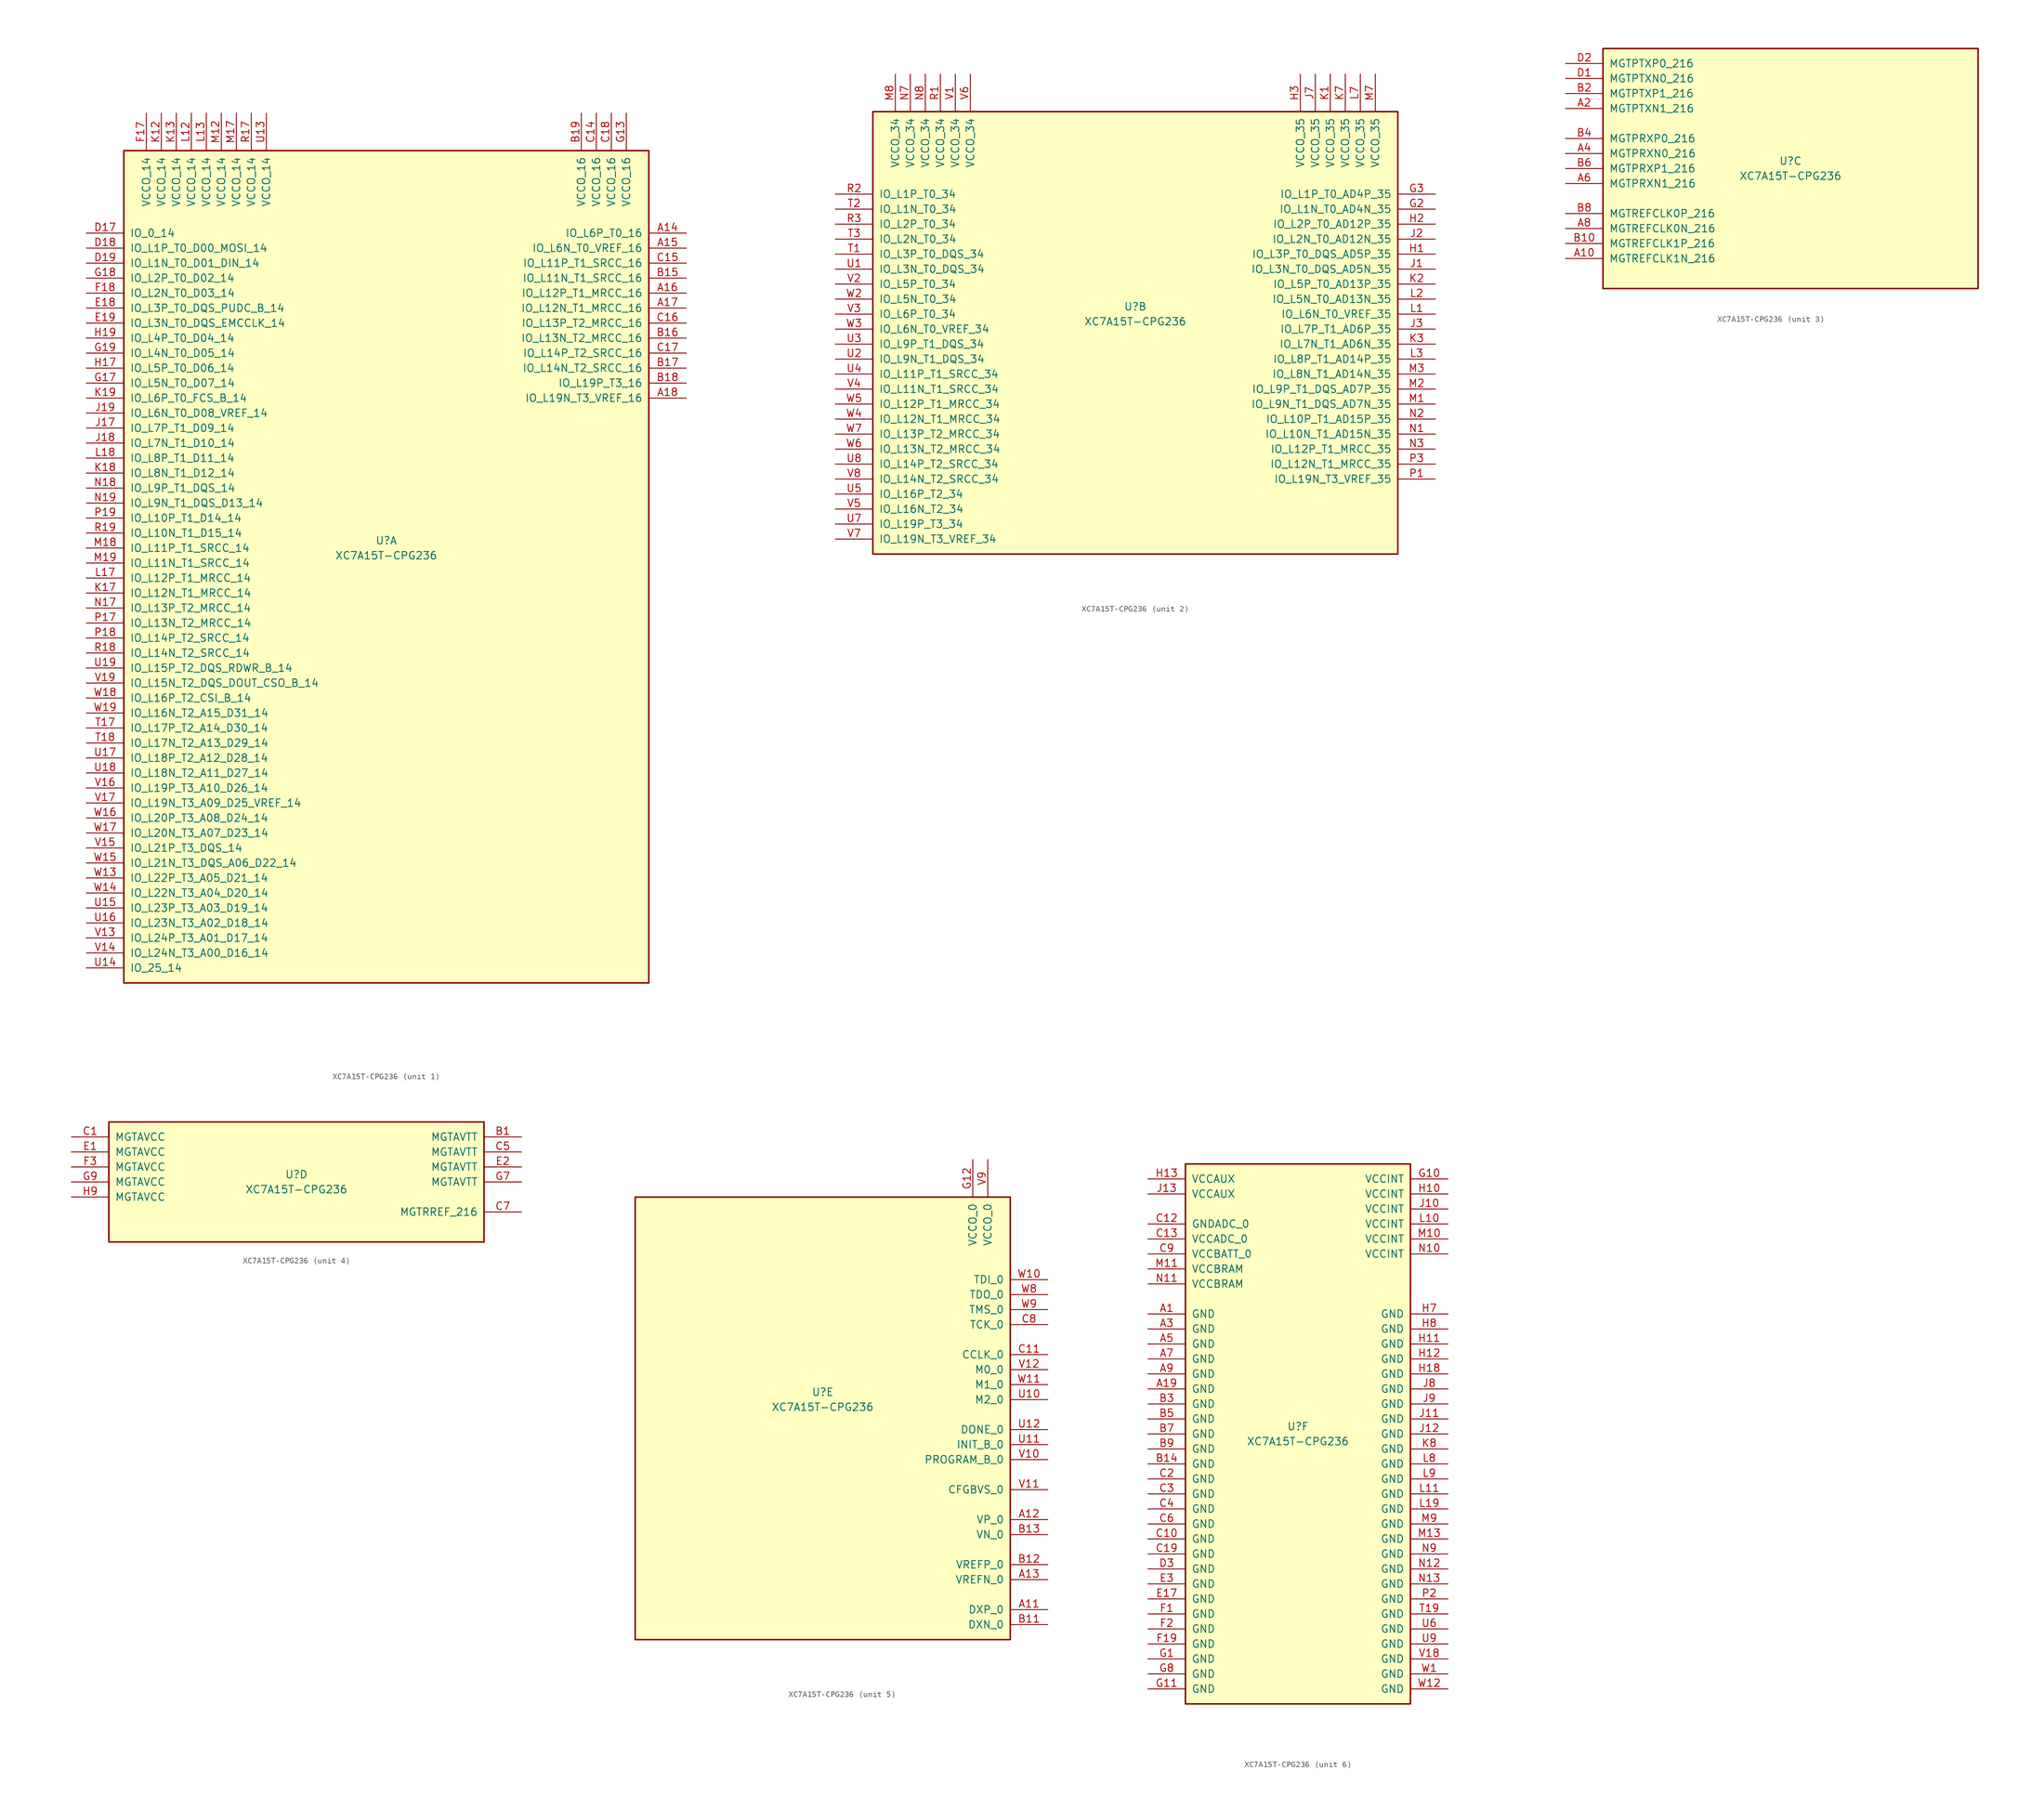
<source format=kicad_sym>
(kicad_symbol_lib
  (version 20201005)
  (generator kicad_symbol_editor)
  (symbol "XC7A15T-CPG236"
    (pin_names
      (offset 1.016))
    (property "Reference" "U"
      (at 0 1.27 0)
      (effects (font (size 1.27 1.27))))
    (property "Value" "XC7A15T-CPG236"
      (at 0 -1.27 0)
      (effects (font (size 1.27 1.27))))
    (property "Datasheet" ""
      (at 0 0 0)
      (effects (font (size 1.27 1.27))))
    (property "ki_locked" ""
      (at 0 0 0)
      (effects (font (size 1.27 1.27))))
    (symbol "XC7A15T-CPG236_1_1"
      (rectangle (start -44.45 67.31) (end 44.45 -73.66) (stroke (width 0.254)) (fill (type background)))
      (pin power_in line (at -40.64 73.66 270) (length 6.35) (name "VCCO_14" (effects (font (size 1.27 1.27)))) (number "F17" (effects (font (size 1.27 1.27)))))
      (pin power_in line (at -38.1 73.66 270) (length 6.35) (name "VCCO_14" (effects (font (size 1.27 1.27)))) (number "K12" (effects (font (size 1.27 1.27)))))
      (pin power_in line (at -35.56 73.66 270) (length 6.35) (name "VCCO_14" (effects (font (size 1.27 1.27)))) (number "K13" (effects (font (size 1.27 1.27)))))
      (pin power_in line (at -33.02 73.66 270) (length 6.35) (name "VCCO_14" (effects (font (size 1.27 1.27)))) (number "L12" (effects (font (size 1.27 1.27)))))
      (pin power_in line (at -30.48 73.66 270) (length 6.35) (name "VCCO_14" (effects (font (size 1.27 1.27)))) (number "L13" (effects (font (size 1.27 1.27)))))
      (pin power_in line (at -27.94 73.66 270) (length 6.35) (name "VCCO_14" (effects (font (size 1.27 1.27)))) (number "M12" (effects (font (size 1.27 1.27)))))
      (pin power_in line (at -25.4 73.66 270) (length 6.35) (name "VCCO_14" (effects (font (size 1.27 1.27)))) (number "M17" (effects (font (size 1.27 1.27)))))
      (pin power_in line (at -22.86 73.66 270) (length 6.35) (name "VCCO_14" (effects (font (size 1.27 1.27)))) (number "R17" (effects (font (size 1.27 1.27)))))
      (pin power_in line (at -20.32 73.66 270) (length 6.35) (name "VCCO_14" (effects (font (size 1.27 1.27)))) (number "U13" (effects (font (size 1.27 1.27)))))
      (pin bidirectional line (at -50.8 53.34 0) (length 6.35) (name "IO_0_14" (effects (font (size 1.27 1.27)))) (number "D17" (effects (font (size 1.27 1.27)))))
      (pin bidirectional line (at -50.8 50.8 0) (length 6.35) (name "IO_L1P_T0_D00_MOSI_14" (effects (font (size 1.27 1.27)))) (number "D18" (effects (font (size 1.27 1.27)))))
      (pin bidirectional line (at -50.8 48.26 0) (length 6.35) (name "IO_L1N_T0_D01_DIN_14" (effects (font (size 1.27 1.27)))) (number "D19" (effects (font (size 1.27 1.27)))))
      (pin bidirectional line (at -50.8 45.72 0) (length 6.35) (name "IO_L2P_T0_D02_14" (effects (font (size 1.27 1.27)))) (number "G18" (effects (font (size 1.27 1.27)))))
      (pin bidirectional line (at -50.8 43.18 0) (length 6.35) (name "IO_L2N_T0_D03_14" (effects (font (size 1.27 1.27)))) (number "F18" (effects (font (size 1.27 1.27)))))
      (pin bidirectional line (at -50.8 40.64 0) (length 6.35) (name "IO_L3P_T0_DQS_PUDC_B_14" (effects (font (size 1.27 1.27)))) (number "E18" (effects (font (size 1.27 1.27)))))
      (pin bidirectional line (at -50.8 38.1 0) (length 6.35) (name "IO_L3N_T0_DQS_EMCCLK_14" (effects (font (size 1.27 1.27)))) (number "E19" (effects (font (size 1.27 1.27)))))
      (pin bidirectional line (at -50.8 35.56 0) (length 6.35) (name "IO_L4P_T0_D04_14" (effects (font (size 1.27 1.27)))) (number "H19" (effects (font (size 1.27 1.27)))))
      (pin bidirectional line (at -50.8 33.02 0) (length 6.35) (name "IO_L4N_T0_D05_14" (effects (font (size 1.27 1.27)))) (number "G19" (effects (font (size 1.27 1.27)))))
      (pin bidirectional line (at -50.8 30.48 0) (length 6.35) (name "IO_L5P_T0_D06_14" (effects (font (size 1.27 1.27)))) (number "H17" (effects (font (size 1.27 1.27)))))
      (pin bidirectional line (at -50.8 27.94 0) (length 6.35) (name "IO_L5N_T0_D07_14" (effects (font (size 1.27 1.27)))) (number "G17" (effects (font (size 1.27 1.27)))))
      (pin bidirectional line (at -50.8 25.4 0) (length 6.35) (name "IO_L6P_T0_FCS_B_14" (effects (font (size 1.27 1.27)))) (number "K19" (effects (font (size 1.27 1.27)))))
      (pin bidirectional line (at -50.8 22.86 0) (length 6.35) (name "IO_L6N_T0_D08_VREF_14" (effects (font (size 1.27 1.27)))) (number "J19" (effects (font (size 1.27 1.27)))))
      (pin bidirectional line (at -50.8 20.32 0) (length 6.35) (name "IO_L7P_T1_D09_14" (effects (font (size 1.27 1.27)))) (number "J17" (effects (font (size 1.27 1.27)))))
      (pin bidirectional line (at -50.8 17.78 0) (length 6.35) (name "IO_L7N_T1_D10_14" (effects (font (size 1.27 1.27)))) (number "J18" (effects (font (size 1.27 1.27)))))
      (pin bidirectional line (at -50.8 15.24 0) (length 6.35) (name "IO_L8P_T1_D11_14" (effects (font (size 1.27 1.27)))) (number "L18" (effects (font (size 1.27 1.27)))))
      (pin bidirectional line (at -50.8 12.7 0) (length 6.35) (name "IO_L8N_T1_D12_14" (effects (font (size 1.27 1.27)))) (number "K18" (effects (font (size 1.27 1.27)))))
      (pin bidirectional line (at -50.8 10.16 0) (length 6.35) (name "IO_L9P_T1_DQS_14" (effects (font (size 1.27 1.27)))) (number "N18" (effects (font (size 1.27 1.27)))))
      (pin bidirectional line (at -50.8 7.62 0) (length 6.35) (name "IO_L9N_T1_DQS_D13_14" (effects (font (size 1.27 1.27)))) (number "N19" (effects (font (size 1.27 1.27)))))
      (pin bidirectional line (at -50.8 5.08 0) (length 6.35) (name "IO_L10P_T1_D14_14" (effects (font (size 1.27 1.27)))) (number "P19" (effects (font (size 1.27 1.27)))))
      (pin bidirectional line (at -50.8 2.54 0) (length 6.35) (name "IO_L10N_T1_D15_14" (effects (font (size 1.27 1.27)))) (number "R19" (effects (font (size 1.27 1.27)))))
      (pin bidirectional line (at -50.8 0 0) (length 6.35) (name "IO_L11P_T1_SRCC_14" (effects (font (size 1.27 1.27)))) (number "M18" (effects (font (size 1.27 1.27)))))
      (pin bidirectional line (at -50.8 -2.54 0) (length 6.35) (name "IO_L11N_T1_SRCC_14" (effects (font (size 1.27 1.27)))) (number "M19" (effects (font (size 1.27 1.27)))))
      (pin bidirectional line (at -50.8 -5.08 0) (length 6.35) (name "IO_L12P_T1_MRCC_14" (effects (font (size 1.27 1.27)))) (number "L17" (effects (font (size 1.27 1.27)))))
      (pin bidirectional line (at -50.8 -7.62 0) (length 6.35) (name "IO_L12N_T1_MRCC_14" (effects (font (size 1.27 1.27)))) (number "K17" (effects (font (size 1.27 1.27)))))
      (pin bidirectional line (at -50.8 -10.16 0) (length 6.35) (name "IO_L13P_T2_MRCC_14" (effects (font (size 1.27 1.27)))) (number "N17" (effects (font (size 1.27 1.27)))))
      (pin bidirectional line (at -50.8 -12.7 0) (length 6.35) (name "IO_L13N_T2_MRCC_14" (effects (font (size 1.27 1.27)))) (number "P17" (effects (font (size 1.27 1.27)))))
      (pin bidirectional line (at -50.8 -15.24 0) (length 6.35) (name "IO_L14P_T2_SRCC_14" (effects (font (size 1.27 1.27)))) (number "P18" (effects (font (size 1.27 1.27)))))
      (pin bidirectional line (at -50.8 -17.78 0) (length 6.35) (name "IO_L14N_T2_SRCC_14" (effects (font (size 1.27 1.27)))) (number "R18" (effects (font (size 1.27 1.27)))))
      (pin bidirectional line (at -50.8 -20.32 0) (length 6.35) (name "IO_L15P_T2_DQS_RDWR_B_14" (effects (font (size 1.27 1.27)))) (number "U19" (effects (font (size 1.27 1.27)))))
      (pin bidirectional line (at -50.8 -22.86 0) (length 6.35) (name "IO_L15N_T2_DQS_DOUT_CSO_B_14" (effects (font (size 1.27 1.27)))) (number "V19" (effects (font (size 1.27 1.27)))))
      (pin bidirectional line (at -50.8 -25.4 0) (length 6.35) (name "IO_L16P_T2_CSI_B_14" (effects (font (size 1.27 1.27)))) (number "W18" (effects (font (size 1.27 1.27)))))
      (pin bidirectional line (at -50.8 -27.94 0) (length 6.35) (name "IO_L16N_T2_A15_D31_14" (effects (font (size 1.27 1.27)))) (number "W19" (effects (font (size 1.27 1.27)))))
      (pin bidirectional line (at -50.8 -30.48 0) (length 6.35) (name "IO_L17P_T2_A14_D30_14" (effects (font (size 1.27 1.27)))) (number "T17" (effects (font (size 1.27 1.27)))))
      (pin bidirectional line (at -50.8 -33.02 0) (length 6.35) (name "IO_L17N_T2_A13_D29_14" (effects (font (size 1.27 1.27)))) (number "T18" (effects (font (size 1.27 1.27)))))
      (pin bidirectional line (at -50.8 -35.56 0) (length 6.35) (name "IO_L18P_T2_A12_D28_14" (effects (font (size 1.27 1.27)))) (number "U17" (effects (font (size 1.27 1.27)))))
      (pin bidirectional line (at -50.8 -38.1 0) (length 6.35) (name "IO_L18N_T2_A11_D27_14" (effects (font (size 1.27 1.27)))) (number "U18" (effects (font (size 1.27 1.27)))))
      (pin bidirectional line (at -50.8 -40.64 0) (length 6.35) (name "IO_L19P_T3_A10_D26_14" (effects (font (size 1.27 1.27)))) (number "V16" (effects (font (size 1.27 1.27)))))
      (pin bidirectional line (at -50.8 -43.18 0) (length 6.35) (name "IO_L19N_T3_A09_D25_VREF_14" (effects (font (size 1.27 1.27)))) (number "V17" (effects (font (size 1.27 1.27)))))
      (pin bidirectional line (at -50.8 -45.72 0) (length 6.35) (name "IO_L20P_T3_A08_D24_14" (effects (font (size 1.27 1.27)))) (number "W16" (effects (font (size 1.27 1.27)))))
      (pin bidirectional line (at -50.8 -48.26 0) (length 6.35) (name "IO_L20N_T3_A07_D23_14" (effects (font (size 1.27 1.27)))) (number "W17" (effects (font (size 1.27 1.27)))))
      (pin bidirectional line (at -50.8 -50.8 0) (length 6.35) (name "IO_L21P_T3_DQS_14" (effects (font (size 1.27 1.27)))) (number "V15" (effects (font (size 1.27 1.27)))))
      (pin bidirectional line (at -50.8 -53.34 0) (length 6.35) (name "IO_L21N_T3_DQS_A06_D22_14" (effects (font (size 1.27 1.27)))) (number "W15" (effects (font (size 1.27 1.27)))))
      (pin bidirectional line (at -50.8 -55.88 0) (length 6.35) (name "IO_L22P_T3_A05_D21_14" (effects (font (size 1.27 1.27)))) (number "W13" (effects (font (size 1.27 1.27)))))
      (pin bidirectional line (at -50.8 -58.42 0) (length 6.35) (name "IO_L22N_T3_A04_D20_14" (effects (font (size 1.27 1.27)))) (number "W14" (effects (font (size 1.27 1.27)))))
      (pin bidirectional line (at -50.8 -60.96 0) (length 6.35) (name "IO_L23P_T3_A03_D19_14" (effects (font (size 1.27 1.27)))) (number "U15" (effects (font (size 1.27 1.27)))))
      (pin bidirectional line (at -50.8 -63.5 0) (length 6.35) (name "IO_L23N_T3_A02_D18_14" (effects (font (size 1.27 1.27)))) (number "U16" (effects (font (size 1.27 1.27)))))
      (pin bidirectional line (at -50.8 -66.04 0) (length 6.35) (name "IO_L24P_T3_A01_D17_14" (effects (font (size 1.27 1.27)))) (number "V13" (effects (font (size 1.27 1.27)))))
      (pin bidirectional line (at -50.8 -68.58 0) (length 6.35) (name "IO_L24N_T3_A00_D16_14" (effects (font (size 1.27 1.27)))) (number "V14" (effects (font (size 1.27 1.27)))))
      (pin bidirectional line (at -50.8 -71.12 0) (length 6.35) (name "IO_25_14" (effects (font (size 1.27 1.27)))) (number "U14" (effects (font (size 1.27 1.27)))))
      (pin power_in line (at 33.02 73.66 270) (length 6.35) (name "VCCO_16" (effects (font (size 1.27 1.27)))) (number "B19" (effects (font (size 1.27 1.27)))))
      (pin power_in line (at 35.56 73.66 270) (length 6.35) (name "VCCO_16" (effects (font (size 1.27 1.27)))) (number "C14" (effects (font (size 1.27 1.27)))))
      (pin power_in line (at 38.1 73.66 270) (length 6.35) (name "VCCO_16" (effects (font (size 1.27 1.27)))) (number "C18" (effects (font (size 1.27 1.27)))))
      (pin power_in line (at 40.64 73.66 270) (length 6.35) (name "VCCO_16" (effects (font (size 1.27 1.27)))) (number "G13" (effects (font (size 1.27 1.27)))))
      (pin bidirectional line (at 50.8 53.34 180) (length 6.35) (name "IO_L6P_T0_16" (effects (font (size 1.27 1.27)))) (number "A14" (effects (font (size 1.27 1.27)))))
      (pin bidirectional line (at 50.8 50.8 180) (length 6.35) (name "IO_L6N_T0_VREF_16" (effects (font (size 1.27 1.27)))) (number "A15" (effects (font (size 1.27 1.27)))))
      (pin bidirectional line (at 50.8 48.26 180) (length 6.35) (name "IO_L11P_T1_SRCC_16" (effects (font (size 1.27 1.27)))) (number "C15" (effects (font (size 1.27 1.27)))))
      (pin bidirectional line (at 50.8 45.72 180) (length 6.35) (name "IO_L11N_T1_SRCC_16" (effects (font (size 1.27 1.27)))) (number "B15" (effects (font (size 1.27 1.27)))))
      (pin bidirectional line (at 50.8 43.18 180) (length 6.35) (name "IO_L12P_T1_MRCC_16" (effects (font (size 1.27 1.27)))) (number "A16" (effects (font (size 1.27 1.27)))))
      (pin bidirectional line (at 50.8 40.64 180) (length 6.35) (name "IO_L12N_T1_MRCC_16" (effects (font (size 1.27 1.27)))) (number "A17" (effects (font (size 1.27 1.27)))))
      (pin bidirectional line (at 50.8 38.1 180) (length 6.35) (name "IO_L13P_T2_MRCC_16" (effects (font (size 1.27 1.27)))) (number "C16" (effects (font (size 1.27 1.27)))))
      (pin bidirectional line (at 50.8 35.56 180) (length 6.35) (name "IO_L13N_T2_MRCC_16" (effects (font (size 1.27 1.27)))) (number "B16" (effects (font (size 1.27 1.27)))))
      (pin bidirectional line (at 50.8 33.02 180) (length 6.35) (name "IO_L14P_T2_SRCC_16" (effects (font (size 1.27 1.27)))) (number "C17" (effects (font (size 1.27 1.27)))))
      (pin bidirectional line (at 50.8 30.48 180) (length 6.35) (name "IO_L14N_T2_SRCC_16" (effects (font (size 1.27 1.27)))) (number "B17" (effects (font (size 1.27 1.27)))))
      (pin bidirectional line (at 50.8 27.94 180) (length 6.35) (name "IO_L19P_T3_16" (effects (font (size 1.27 1.27)))) (number "B18" (effects (font (size 1.27 1.27)))))
      (pin bidirectional line (at 50.8 25.4 180) (length 6.35) (name "IO_L19N_T3_VREF_16" (effects (font (size 1.27 1.27)))) (number "A18" (effects (font (size 1.27 1.27))))))
    (symbol "XC7A15T-CPG236_2_1"
      (rectangle (start -44.45 34.29) (end 44.45 -40.64) (stroke (width 0.254)) (fill (type background)))
      (pin power_in line (at -40.64 40.64 270) (length 6.35) (name "VCCO_34" (effects (font (size 1.27 1.27)))) (number "M8" (effects (font (size 1.27 1.27)))))
      (pin power_in line (at -38.1 40.64 270) (length 6.35) (name "VCCO_34" (effects (font (size 1.27 1.27)))) (number "N7" (effects (font (size 1.27 1.27)))))
      (pin power_in line (at -35.56 40.64 270) (length 6.35) (name "VCCO_34" (effects (font (size 1.27 1.27)))) (number "N8" (effects (font (size 1.27 1.27)))))
      (pin power_in line (at -33.02 40.64 270) (length 6.35) (name "VCCO_34" (effects (font (size 1.27 1.27)))) (number "R1" (effects (font (size 1.27 1.27)))))
      (pin power_in line (at -30.48 40.64 270) (length 6.35) (name "VCCO_34" (effects (font (size 1.27 1.27)))) (number "V1" (effects (font (size 1.27 1.27)))))
      (pin power_in line (at -27.94 40.64 270) (length 6.35) (name "VCCO_34" (effects (font (size 1.27 1.27)))) (number "V6" (effects (font (size 1.27 1.27)))))
      (pin bidirectional line (at -50.8 20.32 0) (length 6.35) (name "IO_L1P_T0_34" (effects (font (size 1.27 1.27)))) (number "R2" (effects (font (size 1.27 1.27)))))
      (pin bidirectional line (at -50.8 17.78 0) (length 6.35) (name "IO_L1N_T0_34" (effects (font (size 1.27 1.27)))) (number "T2" (effects (font (size 1.27 1.27)))))
      (pin bidirectional line (at -50.8 15.24 0) (length 6.35) (name "IO_L2P_T0_34" (effects (font (size 1.27 1.27)))) (number "R3" (effects (font (size 1.27 1.27)))))
      (pin bidirectional line (at -50.8 12.7 0) (length 6.35) (name "IO_L2N_T0_34" (effects (font (size 1.27 1.27)))) (number "T3" (effects (font (size 1.27 1.27)))))
      (pin bidirectional line (at -50.8 10.16 0) (length 6.35) (name "IO_L3P_T0_DQS_34" (effects (font (size 1.27 1.27)))) (number "T1" (effects (font (size 1.27 1.27)))))
      (pin bidirectional line (at -50.8 7.62 0) (length 6.35) (name "IO_L3N_T0_DQS_34" (effects (font (size 1.27 1.27)))) (number "U1" (effects (font (size 1.27 1.27)))))
      (pin bidirectional line (at -50.8 5.08 0) (length 6.35) (name "IO_L5P_T0_34" (effects (font (size 1.27 1.27)))) (number "V2" (effects (font (size 1.27 1.27)))))
      (pin bidirectional line (at -50.8 2.54 0) (length 6.35) (name "IO_L5N_T0_34" (effects (font (size 1.27 1.27)))) (number "W2" (effects (font (size 1.27 1.27)))))
      (pin bidirectional line (at -50.8 0 0) (length 6.35) (name "IO_L6P_T0_34" (effects (font (size 1.27 1.27)))) (number "V3" (effects (font (size 1.27 1.27)))))
      (pin bidirectional line (at -50.8 -2.54 0) (length 6.35) (name "IO_L6N_T0_VREF_34" (effects (font (size 1.27 1.27)))) (number "W3" (effects (font (size 1.27 1.27)))))
      (pin bidirectional line (at -50.8 -5.08 0) (length 6.35) (name "IO_L9P_T1_DQS_34" (effects (font (size 1.27 1.27)))) (number "U3" (effects (font (size 1.27 1.27)))))
      (pin bidirectional line (at -50.8 -7.62 0) (length 6.35) (name "IO_L9N_T1_DQS_34" (effects (font (size 1.27 1.27)))) (number "U2" (effects (font (size 1.27 1.27)))))
      (pin bidirectional line (at -50.8 -10.16 0) (length 6.35) (name "IO_L11P_T1_SRCC_34" (effects (font (size 1.27 1.27)))) (number "U4" (effects (font (size 1.27 1.27)))))
      (pin bidirectional line (at -50.8 -12.7 0) (length 6.35) (name "IO_L11N_T1_SRCC_34" (effects (font (size 1.27 1.27)))) (number "V4" (effects (font (size 1.27 1.27)))))
      (pin bidirectional line (at -50.8 -15.24 0) (length 6.35) (name "IO_L12P_T1_MRCC_34" (effects (font (size 1.27 1.27)))) (number "W5" (effects (font (size 1.27 1.27)))))
      (pin bidirectional line (at -50.8 -17.78 0) (length 6.35) (name "IO_L12N_T1_MRCC_34" (effects (font (size 1.27 1.27)))) (number "W4" (effects (font (size 1.27 1.27)))))
      (pin bidirectional line (at -50.8 -20.32 0) (length 6.35) (name "IO_L13P_T2_MRCC_34" (effects (font (size 1.27 1.27)))) (number "W7" (effects (font (size 1.27 1.27)))))
      (pin bidirectional line (at -50.8 -22.86 0) (length 6.35) (name "IO_L13N_T2_MRCC_34" (effects (font (size 1.27 1.27)))) (number "W6" (effects (font (size 1.27 1.27)))))
      (pin bidirectional line (at -50.8 -25.4 0) (length 6.35) (name "IO_L14P_T2_SRCC_34" (effects (font (size 1.27 1.27)))) (number "U8" (effects (font (size 1.27 1.27)))))
      (pin bidirectional line (at -50.8 -27.94 0) (length 6.35) (name "IO_L14N_T2_SRCC_34" (effects (font (size 1.27 1.27)))) (number "V8" (effects (font (size 1.27 1.27)))))
      (pin bidirectional line (at -50.8 -30.48 0) (length 6.35) (name "IO_L16P_T2_34" (effects (font (size 1.27 1.27)))) (number "U5" (effects (font (size 1.27 1.27)))))
      (pin bidirectional line (at -50.8 -33.02 0) (length 6.35) (name "IO_L16N_T2_34" (effects (font (size 1.27 1.27)))) (number "V5" (effects (font (size 1.27 1.27)))))
      (pin bidirectional line (at -50.8 -35.56 0) (length 6.35) (name "IO_L19P_T3_34" (effects (font (size 1.27 1.27)))) (number "U7" (effects (font (size 1.27 1.27)))))
      (pin bidirectional line (at -50.8 -38.1 0) (length 6.35) (name "IO_L19N_T3_VREF_34" (effects (font (size 1.27 1.27)))) (number "V7" (effects (font (size 1.27 1.27)))))
      (pin power_in line (at 27.94 40.64 270) (length 6.35) (name "VCCO_35" (effects (font (size 1.27 1.27)))) (number "H3" (effects (font (size 1.27 1.27)))))
      (pin power_in line (at 30.48 40.64 270) (length 6.35) (name "VCCO_35" (effects (font (size 1.27 1.27)))) (number "J7" (effects (font (size 1.27 1.27)))))
      (pin power_in line (at 33.02 40.64 270) (length 6.35) (name "VCCO_35" (effects (font (size 1.27 1.27)))) (number "K1" (effects (font (size 1.27 1.27)))))
      (pin power_in line (at 35.56 40.64 270) (length 6.35) (name "VCCO_35" (effects (font (size 1.27 1.27)))) (number "K7" (effects (font (size 1.27 1.27)))))
      (pin power_in line (at 38.1 40.64 270) (length 6.35) (name "VCCO_35" (effects (font (size 1.27 1.27)))) (number "L7" (effects (font (size 1.27 1.27)))))
      (pin power_in line (at 40.64 40.64 270) (length 6.35) (name "VCCO_35" (effects (font (size 1.27 1.27)))) (number "M7" (effects (font (size 1.27 1.27)))))
      (pin bidirectional line (at 50.8 20.32 180) (length 6.35) (name "IO_L1P_T0_AD4P_35" (effects (font (size 1.27 1.27)))) (number "G3" (effects (font (size 1.27 1.27)))))
      (pin bidirectional line (at 50.8 17.78 180) (length 6.35) (name "IO_L1N_T0_AD4N_35" (effects (font (size 1.27 1.27)))) (number "G2" (effects (font (size 1.27 1.27)))))
      (pin bidirectional line (at 50.8 15.24 180) (length 6.35) (name "IO_L2P_T0_AD12P_35" (effects (font (size 1.27 1.27)))) (number "H2" (effects (font (size 1.27 1.27)))))
      (pin bidirectional line (at 50.8 12.7 180) (length 6.35) (name "IO_L2N_T0_AD12N_35" (effects (font (size 1.27 1.27)))) (number "J2" (effects (font (size 1.27 1.27)))))
      (pin bidirectional line (at 50.8 10.16 180) (length 6.35) (name "IO_L3P_T0_DQS_AD5P_35" (effects (font (size 1.27 1.27)))) (number "H1" (effects (font (size 1.27 1.27)))))
      (pin bidirectional line (at 50.8 7.62 180) (length 6.35) (name "IO_L3N_T0_DQS_AD5N_35" (effects (font (size 1.27 1.27)))) (number "J1" (effects (font (size 1.27 1.27)))))
      (pin bidirectional line (at 50.8 5.08 180) (length 6.35) (name "IO_L5P_T0_AD13P_35" (effects (font (size 1.27 1.27)))) (number "K2" (effects (font (size 1.27 1.27)))))
      (pin bidirectional line (at 50.8 2.54 180) (length 6.35) (name "IO_L5N_T0_AD13N_35" (effects (font (size 1.27 1.27)))) (number "L2" (effects (font (size 1.27 1.27)))))
      (pin bidirectional line (at 50.8 0 180) (length 6.35) (name "IO_L6N_T0_VREF_35" (effects (font (size 1.27 1.27)))) (number "L1" (effects (font (size 1.27 1.27)))))
      (pin bidirectional line (at 50.8 -2.54 180) (length 6.35) (name "IO_L7P_T1_AD6P_35" (effects (font (size 1.27 1.27)))) (number "J3" (effects (font (size 1.27 1.27)))))
      (pin bidirectional line (at 50.8 -5.08 180) (length 6.35) (name "IO_L7N_T1_AD6N_35" (effects (font (size 1.27 1.27)))) (number "K3" (effects (font (size 1.27 1.27)))))
      (pin bidirectional line (at 50.8 -7.62 180) (length 6.35) (name "IO_L8P_T1_AD14P_35" (effects (font (size 1.27 1.27)))) (number "L3" (effects (font (size 1.27 1.27)))))
      (pin bidirectional line (at 50.8 -10.16 180) (length 6.35) (name "IO_L8N_T1_AD14N_35" (effects (font (size 1.27 1.27)))) (number "M3" (effects (font (size 1.27 1.27)))))
      (pin bidirectional line (at 50.8 -12.7 180) (length 6.35) (name "IO_L9P_T1_DQS_AD7P_35" (effects (font (size 1.27 1.27)))) (number "M2" (effects (font (size 1.27 1.27)))))
      (pin bidirectional line (at 50.8 -15.24 180) (length 6.35) (name "IO_L9N_T1_DQS_AD7N_35" (effects (font (size 1.27 1.27)))) (number "M1" (effects (font (size 1.27 1.27)))))
      (pin bidirectional line (at 50.8 -17.78 180) (length 6.35) (name "IO_L10P_T1_AD15P_35" (effects (font (size 1.27 1.27)))) (number "N2" (effects (font (size 1.27 1.27)))))
      (pin bidirectional line (at 50.8 -20.32 180) (length 6.35) (name "IO_L10N_T1_AD15N_35" (effects (font (size 1.27 1.27)))) (number "N1" (effects (font (size 1.27 1.27)))))
      (pin bidirectional line (at 50.8 -22.86 180) (length 6.35) (name "IO_L12P_T1_MRCC_35" (effects (font (size 1.27 1.27)))) (number "N3" (effects (font (size 1.27 1.27)))))
      (pin bidirectional line (at 50.8 -25.4 180) (length 6.35) (name "IO_L12N_T1_MRCC_35" (effects (font (size 1.27 1.27)))) (number "P3" (effects (font (size 1.27 1.27)))))
      (pin bidirectional line (at 50.8 -27.94 180) (length 6.35) (name "IO_L19N_T3_VREF_35" (effects (font (size 1.27 1.27)))) (number "P1" (effects (font (size 1.27 1.27))))))
    (symbol "XC7A15T-CPG236_3_1"
      (rectangle (start -31.75 20.32) (end 31.75 -20.32) (stroke (width 0.254)) (fill (type background)))
      (pin bidirectional line (at -38.1 17.78 0) (length 6.35) (name "MGTPTXP0_216" (effects (font (size 1.27 1.27)))) (number "D2" (effects (font (size 1.27 1.27)))))
      (pin bidirectional line (at -38.1 15.24 0) (length 6.35) (name "MGTPTXN0_216" (effects (font (size 1.27 1.27)))) (number "D1" (effects (font (size 1.27 1.27)))))
      (pin bidirectional line (at -38.1 12.7 0) (length 6.35) (name "MGTPTXP1_216" (effects (font (size 1.27 1.27)))) (number "B2" (effects (font (size 1.27 1.27)))))
      (pin bidirectional line (at -38.1 10.16 0) (length 6.35) (name "MGTPTXN1_216" (effects (font (size 1.27 1.27)))) (number "A2" (effects (font (size 1.27 1.27)))))
      (pin bidirectional line (at -38.1 5.08 0) (length 6.35) (name "MGTPRXP0_216" (effects (font (size 1.27 1.27)))) (number "B4" (effects (font (size 1.27 1.27)))))
      (pin bidirectional line (at -38.1 2.54 0) (length 6.35) (name "MGTPRXN0_216" (effects (font (size 1.27 1.27)))) (number "A4" (effects (font (size 1.27 1.27)))))
      (pin bidirectional line (at -38.1 0 0) (length 6.35) (name "MGTPRXP1_216" (effects (font (size 1.27 1.27)))) (number "B6" (effects (font (size 1.27 1.27)))))
      (pin bidirectional line (at -38.1 -2.54 0) (length 6.35) (name "MGTPRXN1_216" (effects (font (size 1.27 1.27)))) (number "A6" (effects (font (size 1.27 1.27)))))
      (pin bidirectional line (at -38.1 -7.62 0) (length 6.35) (name "MGTREFCLK0P_216" (effects (font (size 1.27 1.27)))) (number "B8" (effects (font (size 1.27 1.27)))))
      (pin bidirectional line (at -38.1 -10.16 0) (length 6.35) (name "MGTREFCLK0N_216" (effects (font (size 1.27 1.27)))) (number "A8" (effects (font (size 1.27 1.27)))))
      (pin bidirectional line (at -38.1 -12.7 0) (length 6.35) (name "MGTREFCLK1P_216" (effects (font (size 1.27 1.27)))) (number "B10" (effects (font (size 1.27 1.27)))))
      (pin bidirectional line (at -38.1 -15.24 0) (length 6.35) (name "MGTREFCLK1N_216" (effects (font (size 1.27 1.27)))) (number "A10" (effects (font (size 1.27 1.27))))))
    (symbol "XC7A15T-CPG236_4_1"
      (rectangle (start -31.75 10.16) (end 31.75 -10.16) (stroke (width 0.254)) (fill (type background)))
      (pin power_in line (at -38.1 7.62 0) (length 6.35) (name "MGTAVCC" (effects (font (size 1.27 1.27)))) (number "C1" (effects (font (size 1.27 1.27)))))
      (pin power_in line (at -38.1 5.08 0) (length 6.35) (name "MGTAVCC" (effects (font (size 1.27 1.27)))) (number "E1" (effects (font (size 1.27 1.27)))))
      (pin power_in line (at -38.1 2.54 0) (length 6.35) (name "MGTAVCC" (effects (font (size 1.27 1.27)))) (number "F3" (effects (font (size 1.27 1.27)))))
      (pin power_in line (at -38.1 0 0) (length 6.35) (name "MGTAVCC" (effects (font (size 1.27 1.27)))) (number "G9" (effects (font (size 1.27 1.27)))))
      (pin power_in line (at -38.1 -2.54 0) (length 6.35) (name "MGTAVCC" (effects (font (size 1.27 1.27)))) (number "H9" (effects (font (size 1.27 1.27)))))
      (pin power_in line (at 38.1 7.62 180) (length 6.35) (name "MGTAVTT" (effects (font (size 1.27 1.27)))) (number "B1" (effects (font (size 1.27 1.27)))))
      (pin power_in line (at 38.1 5.08 180) (length 6.35) (name "MGTAVTT" (effects (font (size 1.27 1.27)))) (number "C5" (effects (font (size 1.27 1.27)))))
      (pin power_in line (at 38.1 2.54 180) (length 6.35) (name "MGTAVTT" (effects (font (size 1.27 1.27)))) (number "E2" (effects (font (size 1.27 1.27)))))
      (pin power_in line (at 38.1 0 180) (length 6.35) (name "MGTAVTT" (effects (font (size 1.27 1.27)))) (number "G7" (effects (font (size 1.27 1.27)))))
      (pin power_in line (at 38.1 -5.08 180) (length 6.35) (name "MGTRREF_216" (effects (font (size 1.27 1.27)))) (number "C7" (effects (font (size 1.27 1.27))))))
    (symbol "XC7A15T-CPG236_5_1"
      (rectangle (start -31.75 34.29) (end 31.75 -40.64) (stroke (width 0.254)) (fill (type background)))
      (pin power_in line (at 25.4 40.64 270) (length 6.35) (name "VCCO_0" (effects (font (size 1.27 1.27)))) (number "G12" (effects (font (size 1.27 1.27)))))
      (pin power_in line (at 27.94 40.64 270) (length 6.35) (name "VCCO_0" (effects (font (size 1.27 1.27)))) (number "V9" (effects (font (size 1.27 1.27)))))
      (pin bidirectional line (at 38.1 20.32 180) (length 6.35) (name "TDI_0" (effects (font (size 1.27 1.27)))) (number "W10" (effects (font (size 1.27 1.27)))))
      (pin bidirectional line (at 38.1 17.78 180) (length 6.35) (name "TDO_0" (effects (font (size 1.27 1.27)))) (number "W8" (effects (font (size 1.27 1.27)))))
      (pin bidirectional line (at 38.1 15.24 180) (length 6.35) (name "TMS_0" (effects (font (size 1.27 1.27)))) (number "W9" (effects (font (size 1.27 1.27)))))
      (pin bidirectional line (at 38.1 12.7 180) (length 6.35) (name "TCK_0" (effects (font (size 1.27 1.27)))) (number "C8" (effects (font (size 1.27 1.27)))))
      (pin bidirectional line (at 38.1 7.62 180) (length 6.35) (name "CCLK_0" (effects (font (size 1.27 1.27)))) (number "C11" (effects (font (size 1.27 1.27)))))
      (pin bidirectional line (at 38.1 5.08 180) (length 6.35) (name "M0_0" (effects (font (size 1.27 1.27)))) (number "V12" (effects (font (size 1.27 1.27)))))
      (pin bidirectional line (at 38.1 2.54 180) (length 6.35) (name "M1_0" (effects (font (size 1.27 1.27)))) (number "W11" (effects (font (size 1.27 1.27)))))
      (pin bidirectional line (at 38.1 0 180) (length 6.35) (name "M2_0" (effects (font (size 1.27 1.27)))) (number "U10" (effects (font (size 1.27 1.27)))))
      (pin bidirectional line (at 38.1 -5.08 180) (length 6.35) (name "DONE_0" (effects (font (size 1.27 1.27)))) (number "U12" (effects (font (size 1.27 1.27)))))
      (pin bidirectional line (at 38.1 -7.62 180) (length 6.35) (name "INIT_B_0" (effects (font (size 1.27 1.27)))) (number "U11" (effects (font (size 1.27 1.27)))))
      (pin bidirectional line (at 38.1 -10.16 180) (length 6.35) (name "PROGRAM_B_0" (effects (font (size 1.27 1.27)))) (number "V10" (effects (font (size 1.27 1.27)))))
      (pin bidirectional line (at 38.1 -15.24 180) (length 6.35) (name "CFGBVS_0" (effects (font (size 1.27 1.27)))) (number "V11" (effects (font (size 1.27 1.27)))))
      (pin bidirectional line (at 38.1 -20.32 180) (length 6.35) (name "VP_0" (effects (font (size 1.27 1.27)))) (number "A12" (effects (font (size 1.27 1.27)))))
      (pin bidirectional line (at 38.1 -22.86 180) (length 6.35) (name "VN_0" (effects (font (size 1.27 1.27)))) (number "B13" (effects (font (size 1.27 1.27)))))
      (pin bidirectional line (at 38.1 -27.94 180) (length 6.35) (name "VREFP_0" (effects (font (size 1.27 1.27)))) (number "B12" (effects (font (size 1.27 1.27)))))
      (pin bidirectional line (at 38.1 -30.48 180) (length 6.35) (name "VREFN_0" (effects (font (size 1.27 1.27)))) (number "A13" (effects (font (size 1.27 1.27)))))
      (pin bidirectional line (at 38.1 -35.56 180) (length 6.35) (name "DXP_0" (effects (font (size 1.27 1.27)))) (number "A11" (effects (font (size 1.27 1.27)))))
      (pin bidirectional line (at 38.1 -38.1 180) (length 6.35) (name "DXN_0" (effects (font (size 1.27 1.27)))) (number "B11" (effects (font (size 1.27 1.27))))))
    (symbol "XC7A15T-CPG236_6_1"
      (rectangle (start -19.05 45.72) (end 19.05 -45.72) (stroke (width 0.254)) (fill (type background)))
      (pin power_in line (at -25.4 43.18 0) (length 6.35) (name "VCCAUX" (effects (font (size 1.27 1.27)))) (number "H13" (effects (font (size 1.27 1.27)))))
      (pin power_in line (at -25.4 40.64 0) (length 6.35) (name "VCCAUX" (effects (font (size 1.27 1.27)))) (number "J13" (effects (font (size 1.27 1.27)))))
      (pin power_in line (at -25.4 35.56 0) (length 6.35) (name "GNDADC_0" (effects (font (size 1.27 1.27)))) (number "C12" (effects (font (size 1.27 1.27)))))
      (pin power_in line (at -25.4 33.02 0) (length 6.35) (name "VCCADC_0" (effects (font (size 1.27 1.27)))) (number "C13" (effects (font (size 1.27 1.27)))))
      (pin power_in line (at -25.4 30.48 0) (length 6.35) (name "VCCBATT_0" (effects (font (size 1.27 1.27)))) (number "C9" (effects (font (size 1.27 1.27)))))
      (pin power_in line (at -25.4 27.94 0) (length 6.35) (name "VCCBRAM" (effects (font (size 1.27 1.27)))) (number "M11" (effects (font (size 1.27 1.27)))))
      (pin power_in line (at -25.4 25.4 0) (length 6.35) (name "VCCBRAM" (effects (font (size 1.27 1.27)))) (number "N11" (effects (font (size 1.27 1.27)))))
      (pin power_in line (at -25.4 20.32 0) (length 6.35) (name "GND" (effects (font (size 1.27 1.27)))) (number "A1" (effects (font (size 1.27 1.27)))))
      (pin power_in line (at -25.4 17.78 0) (length 6.35) (name "GND" (effects (font (size 1.27 1.27)))) (number "A3" (effects (font (size 1.27 1.27)))))
      (pin power_in line (at -25.4 15.24 0) (length 6.35) (name "GND" (effects (font (size 1.27 1.27)))) (number "A5" (effects (font (size 1.27 1.27)))))
      (pin power_in line (at -25.4 12.7 0) (length 6.35) (name "GND" (effects (font (size 1.27 1.27)))) (number "A7" (effects (font (size 1.27 1.27)))))
      (pin power_in line (at -25.4 10.16 0) (length 6.35) (name "GND" (effects (font (size 1.27 1.27)))) (number "A9" (effects (font (size 1.27 1.27)))))
      (pin power_in line (at -25.4 7.62 0) (length 6.35) (name "GND" (effects (font (size 1.27 1.27)))) (number "A19" (effects (font (size 1.27 1.27)))))
      (pin power_in line (at -25.4 5.08 0) (length 6.35) (name "GND" (effects (font (size 1.27 1.27)))) (number "B3" (effects (font (size 1.27 1.27)))))
      (pin power_in line (at -25.4 2.54 0) (length 6.35) (name "GND" (effects (font (size 1.27 1.27)))) (number "B5" (effects (font (size 1.27 1.27)))))
      (pin power_in line (at -25.4 0 0) (length 6.35) (name "GND" (effects (font (size 1.27 1.27)))) (number "B7" (effects (font (size 1.27 1.27)))))
      (pin power_in line (at -25.4 -2.54 0) (length 6.35) (name "GND" (effects (font (size 1.27 1.27)))) (number "B9" (effects (font (size 1.27 1.27)))))
      (pin power_in line (at -25.4 -5.08 0) (length 6.35) (name "GND" (effects (font (size 1.27 1.27)))) (number "B14" (effects (font (size 1.27 1.27)))))
      (pin power_in line (at -25.4 -7.62 0) (length 6.35) (name "GND" (effects (font (size 1.27 1.27)))) (number "C2" (effects (font (size 1.27 1.27)))))
      (pin power_in line (at -25.4 -10.16 0) (length 6.35) (name "GND" (effects (font (size 1.27 1.27)))) (number "C3" (effects (font (size 1.27 1.27)))))
      (pin power_in line (at -25.4 -12.7 0) (length 6.35) (name "GND" (effects (font (size 1.27 1.27)))) (number "C4" (effects (font (size 1.27 1.27)))))
      (pin power_in line (at -25.4 -15.24 0) (length 6.35) (name "GND" (effects (font (size 1.27 1.27)))) (number "C6" (effects (font (size 1.27 1.27)))))
      (pin power_in line (at -25.4 -17.78 0) (length 6.35) (name "GND" (effects (font (size 1.27 1.27)))) (number "C10" (effects (font (size 1.27 1.27)))))
      (pin power_in line (at -25.4 -20.32 0) (length 6.35) (name "GND" (effects (font (size 1.27 1.27)))) (number "C19" (effects (font (size 1.27 1.27)))))
      (pin power_in line (at -25.4 -22.86 0) (length 6.35) (name "GND" (effects (font (size 1.27 1.27)))) (number "D3" (effects (font (size 1.27 1.27)))))
      (pin power_in line (at -25.4 -25.4 0) (length 6.35) (name "GND" (effects (font (size 1.27 1.27)))) (number "E3" (effects (font (size 1.27 1.27)))))
      (pin power_in line (at -25.4 -27.94 0) (length 6.35) (name "GND" (effects (font (size 1.27 1.27)))) (number "E17" (effects (font (size 1.27 1.27)))))
      (pin power_in line (at -25.4 -30.48 0) (length 6.35) (name "GND" (effects (font (size 1.27 1.27)))) (number "F1" (effects (font (size 1.27 1.27)))))
      (pin power_in line (at -25.4 -33.02 0) (length 6.35) (name "GND" (effects (font (size 1.27 1.27)))) (number "F2" (effects (font (size 1.27 1.27)))))
      (pin power_in line (at -25.4 -35.56 0) (length 6.35) (name "GND" (effects (font (size 1.27 1.27)))) (number "F19" (effects (font (size 1.27 1.27)))))
      (pin power_in line (at -25.4 -38.1 0) (length 6.35) (name "GND" (effects (font (size 1.27 1.27)))) (number "G1" (effects (font (size 1.27 1.27)))))
      (pin power_in line (at -25.4 -40.64 0) (length 6.35) (name "GND" (effects (font (size 1.27 1.27)))) (number "G8" (effects (font (size 1.27 1.27)))))
      (pin power_in line (at -25.4 -43.18 0) (length 6.35) (name "GND" (effects (font (size 1.27 1.27)))) (number "G11" (effects (font (size 1.27 1.27)))))
      (pin power_in line (at 25.4 43.18 180) (length 6.35) (name "VCCINT" (effects (font (size 1.27 1.27)))) (number "G10" (effects (font (size 1.27 1.27)))))
      (pin power_in line (at 25.4 40.64 180) (length 6.35) (name "VCCINT" (effects (font (size 1.27 1.27)))) (number "H10" (effects (font (size 1.27 1.27)))))
      (pin power_in line (at 25.4 38.1 180) (length 6.35) (name "VCCINT" (effects (font (size 1.27 1.27)))) (number "J10" (effects (font (size 1.27 1.27)))))
      (pin power_in line (at 25.4 35.56 180) (length 6.35) (name "VCCINT" (effects (font (size 1.27 1.27)))) (number "L10" (effects (font (size 1.27 1.27)))))
      (pin power_in line (at 25.4 33.02 180) (length 6.35) (name "VCCINT" (effects (font (size 1.27 1.27)))) (number "M10" (effects (font (size 1.27 1.27)))))
      (pin power_in line (at 25.4 30.48 180) (length 6.35) (name "VCCINT" (effects (font (size 1.27 1.27)))) (number "N10" (effects (font (size 1.27 1.27)))))
      (pin power_in line (at 25.4 20.32 180) (length 6.35) (name "GND" (effects (font (size 1.27 1.27)))) (number "H7" (effects (font (size 1.27 1.27)))))
      (pin power_in line (at 25.4 17.78 180) (length 6.35) (name "GND" (effects (font (size 1.27 1.27)))) (number "H8" (effects (font (size 1.27 1.27)))))
      (pin power_in line (at 25.4 15.24 180) (length 6.35) (name "GND" (effects (font (size 1.27 1.27)))) (number "H11" (effects (font (size 1.27 1.27)))))
      (pin power_in line (at 25.4 12.7 180) (length 6.35) (name "GND" (effects (font (size 1.27 1.27)))) (number "H12" (effects (font (size 1.27 1.27)))))
      (pin power_in line (at 25.4 10.16 180) (length 6.35) (name "GND" (effects (font (size 1.27 1.27)))) (number "H18" (effects (font (size 1.27 1.27)))))
      (pin power_in line (at 25.4 7.62 180) (length 6.35) (name "GND" (effects (font (size 1.27 1.27)))) (number "J8" (effects (font (size 1.27 1.27)))))
      (pin power_in line (at 25.4 5.08 180) (length 6.35) (name "GND" (effects (font (size 1.27 1.27)))) (number "J9" (effects (font (size 1.27 1.27)))))
      (pin power_in line (at 25.4 2.54 180) (length 6.35) (name "GND" (effects (font (size 1.27 1.27)))) (number "J11" (effects (font (size 1.27 1.27)))))
      (pin power_in line (at 25.4 0 180) (length 6.35) (name "GND" (effects (font (size 1.27 1.27)))) (number "J12" (effects (font (size 1.27 1.27)))))
      (pin power_in line (at 25.4 -2.54 180) (length 6.35) (name "GND" (effects (font (size 1.27 1.27)))) (number "K8" (effects (font (size 1.27 1.27)))))
      (pin power_in line (at 25.4 -5.08 180) (length 6.35) (name "GND" (effects (font (size 1.27 1.27)))) (number "L8" (effects (font (size 1.27 1.27)))))
      (pin power_in line (at 25.4 -7.62 180) (length 6.35) (name "GND" (effects (font (size 1.27 1.27)))) (number "L9" (effects (font (size 1.27 1.27)))))
      (pin power_in line (at 25.4 -10.16 180) (length 6.35) (name "GND" (effects (font (size 1.27 1.27)))) (number "L11" (effects (font (size 1.27 1.27)))))
      (pin power_in line (at 25.4 -12.7 180) (length 6.35) (name "GND" (effects (font (size 1.27 1.27)))) (number "L19" (effects (font (size 1.27 1.27)))))
      (pin power_in line (at 25.4 -15.24 180) (length 6.35) (name "GND" (effects (font (size 1.27 1.27)))) (number "M9" (effects (font (size 1.27 1.27)))))
      (pin power_in line (at 25.4 -17.78 180) (length 6.35) (name "GND" (effects (font (size 1.27 1.27)))) (number "M13" (effects (font (size 1.27 1.27)))))
      (pin power_in line (at 25.4 -20.32 180) (length 6.35) (name "GND" (effects (font (size 1.27 1.27)))) (number "N9" (effects (font (size 1.27 1.27)))))
      (pin power_in line (at 25.4 -22.86 180) (length 6.35) (name "GND" (effects (font (size 1.27 1.27)))) (number "N12" (effects (font (size 1.27 1.27)))))
      (pin power_in line (at 25.4 -25.4 180) (length 6.35) (name "GND" (effects (font (size 1.27 1.27)))) (number "N13" (effects (font (size 1.27 1.27)))))
      (pin power_in line (at 25.4 -27.94 180) (length 6.35) (name "GND" (effects (font (size 1.27 1.27)))) (number "P2" (effects (font (size 1.27 1.27)))))
      (pin power_in line (at 25.4 -30.48 180) (length 6.35) (name "GND" (effects (font (size 1.27 1.27)))) (number "T19" (effects (font (size 1.27 1.27)))))
      (pin power_in line (at 25.4 -33.02 180) (length 6.35) (name "GND" (effects (font (size 1.27 1.27)))) (number "U6" (effects (font (size 1.27 1.27)))))
      (pin power_in line (at 25.4 -35.56 180) (length 6.35) (name "GND" (effects (font (size 1.27 1.27)))) (number "U9" (effects (font (size 1.27 1.27)))))
      (pin power_in line (at 25.4 -38.1 180) (length 6.35) (name "GND" (effects (font (size 1.27 1.27)))) (number "V18" (effects (font (size 1.27 1.27)))))
      (pin power_in line (at 25.4 -40.64 180) (length 6.35) (name "GND" (effects (font (size 1.27 1.27)))) (number "W1" (effects (font (size 1.27 1.27)))))
      (pin power_in line (at 25.4 -43.18 180) (length 6.35) (name "GND" (effects (font (size 1.27 1.27)))) (number "W12" (effects (font (size 1.27 1.27))))))))
</source>
